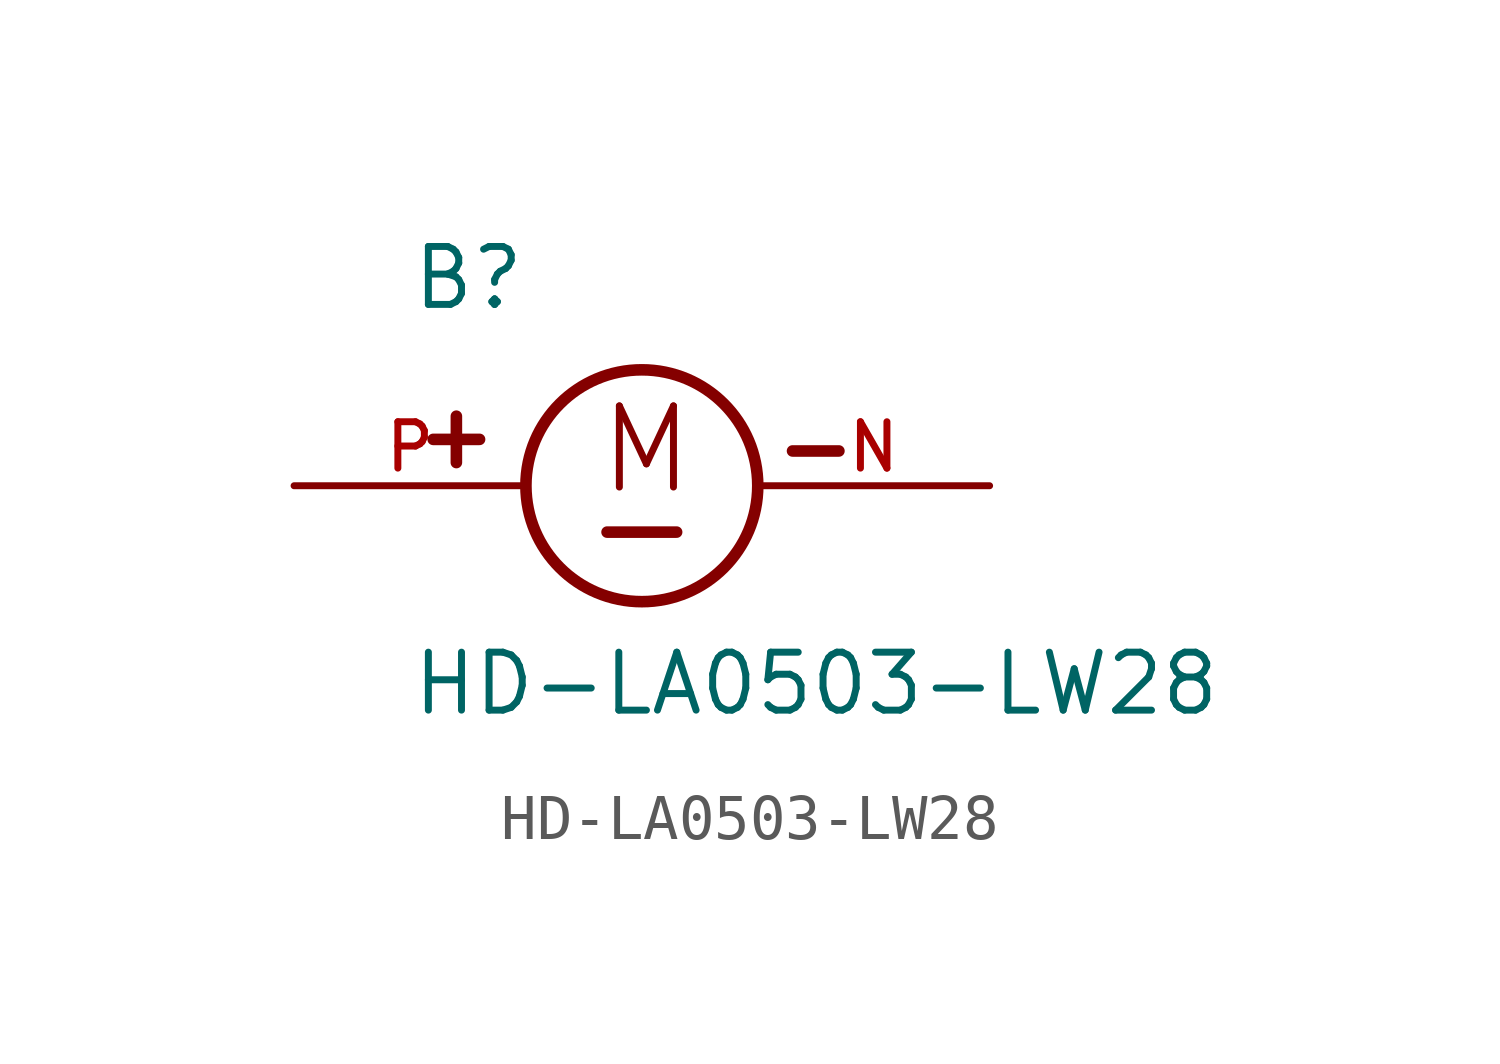
<source format=kicad_sym>
(kicad_symbol_lib
  (version 20211014)
  (generator kicad_symbol_editor)
  (symbol "HD-LA0503-LW28"
    (pin_names
      (offset 1.016))
    (property "Reference" "B"
      (at -5.08 3.81 0)
      (effects (font (size 1.27 1.27)) (justify bottom left)))
    (property "Value" "HD-LA0503-LW28"
      (at -5.08 -5.08 0)
      (effects (font (size 1.27 1.27)) (justify bottom left)))
    (symbol "HD-LA0503-LW28_0_0"
      (circle (center 0.0 0.0) (radius 2.54) (stroke (width 0.254)) (fill (type none)))
      (text "M" (at -1.016 -0.254 0) (effects (font (size 1.778 1.778)) (justify bottom left)))
      (polyline (pts (xy -0.762 -1.016) (xy 0.762 -1.016)) (stroke (width 0.254)))
      (polyline (pts (xy -4.064 1.524) (xy -4.064 0.508)) (stroke (width 0.254)))
      (polyline (pts (xy -4.572 1.016) (xy -3.556 1.016)) (stroke (width 0.254)))
      (polyline (pts (xy 3.302 0.762) (xy 4.318 0.762)) (stroke (width 0.254)))
      (pin passive line (at -7.62 0.0 0) (length 5.08) (name "~" (effects (font (size 1.016 1.016)))) (number "P" (effects (font (size 1.016 1.016)))))
      (pin passive line (at 7.62 0.0 180.0) (length 5.08) (name "~" (effects (font (size 1.016 1.016)))) (number "N" (effects (font (size 1.016 1.016))))))))
</source>
